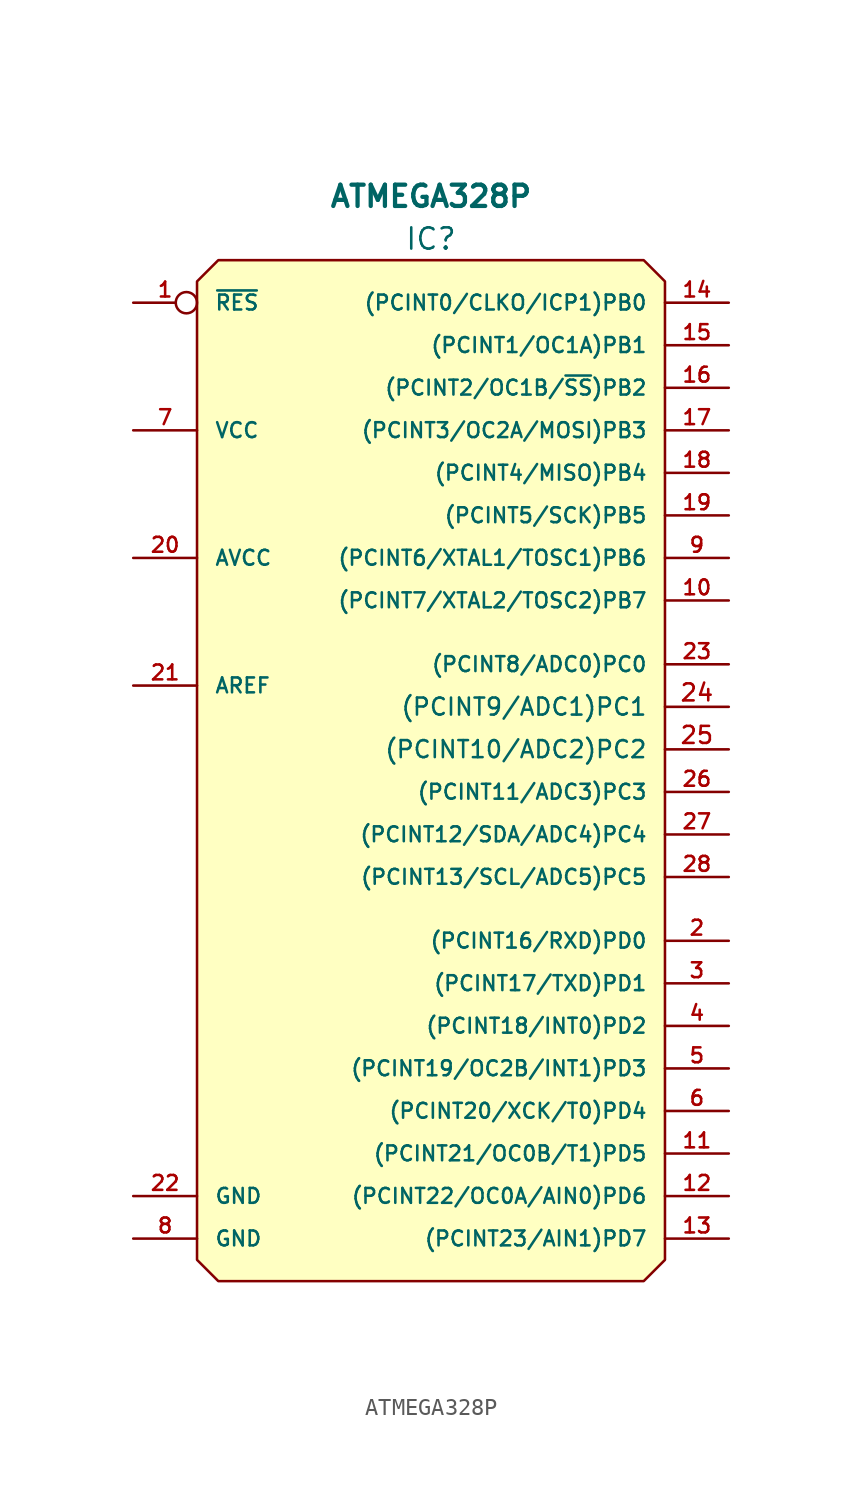
<source format=kicad_sym>
(kicad_symbol_lib
  (version 20231120)
  (generator "kicad_symbol_editor")
  (generator_version "8.0")
  (symbol "ATMEGA328P"
    (pin_names
      (offset 1.016))
    (property "Reference" "IC"
      (at 0 31.75 0)
      (effects (font (size 1.27 1.27))))
    (property "Value" "ATMEGA328P"
      (at 0 34.29 0)
      (effects (font (size 1.27 1.27) (bold yes))))
    (symbol "ATMEGA328P_0_1"
      (polyline (pts (xy -13.97 29.21) (xy -12.7 30.48) (xy 12.7 30.48) (xy 13.97 29.21) (xy 13.97 -29.21) (xy 12.7 -30.48) (xy -12.7 -30.48) (xy -13.97 -29.21) (xy -13.97 29.21)) (stroke (width 0) (type solid)) (fill (type background))))
    (symbol "ATMEGA328P_1_1"
      (pin bidirectional inverted (at -17.78 27.94 0) (length 3.81) (name "~{RES}" (effects (font (size 0.889 0.889)))) (number "1" (effects (font (size 0.889 0.889)))))
      (pin bidirectional line (at 17.78 10.16 180) (length 3.81) (name "(PCINT7/XTAL2/TOSC2)PB7" (effects (font (size 0.889 0.889)))) (number "10" (effects (font (size 0.889 0.889)))))
      (pin bidirectional line (at 17.78 -22.86 180) (length 3.81) (name "(PCINT21/OC0B/T1)PD5" (effects (font (size 0.889 0.889)))) (number "11" (effects (font (size 0.889 0.889)))))
      (pin bidirectional line (at 17.78 -25.4 180) (length 3.81) (name "(PCINT22/OC0A/AIN0)PD6" (effects (font (size 0.889 0.889)))) (number "12" (effects (font (size 0.889 0.889)))))
      (pin bidirectional line (at 17.78 -27.94 180) (length 3.81) (name "(PCINT23/AIN1)PD7" (effects (font (size 0.889 0.889)))) (number "13" (effects (font (size 0.889 0.889)))))
      (pin bidirectional line (at 17.78 27.94 180) (length 3.81) (name "(PCINT0/CLKO/ICP1)PB0" (effects (font (size 0.889 0.889)))) (number "14" (effects (font (size 0.889 0.889)))))
      (pin bidirectional line (at 17.78 25.4 180) (length 3.81) (name "(PCINT1/OC1A)PB1" (effects (font (size 0.889 0.889)))) (number "15" (effects (font (size 0.889 0.889)))))
      (pin bidirectional line (at 17.78 22.86 180) (length 3.81) (name "(PCINT2/OC1B/~{SS})PB2" (effects (font (size 0.889 0.889)))) (number "16" (effects (font (size 0.889 0.889)))))
      (pin bidirectional line (at 17.78 20.32 180) (length 3.81) (name "(PCINT3/OC2A/MOSI)PB3" (effects (font (size 0.889 0.889)))) (number "17" (effects (font (size 0.889 0.889)))))
      (pin bidirectional line (at 17.78 17.78 180) (length 3.81) (name "(PCINT4/MISO)PB4" (effects (font (size 0.889 0.889)))) (number "18" (effects (font (size 0.889 0.889)))))
      (pin bidirectional line (at 17.78 15.24 180) (length 3.81) (name "(PCINT5/SCK)PB5" (effects (font (size 0.889 0.889)))) (number "19" (effects (font (size 0.889 0.889)))))
      (pin bidirectional line (at 17.78 -10.16 180) (length 3.81) (name "(PCINT16/RXD)PD0" (effects (font (size 0.889 0.889)))) (number "2" (effects (font (size 0.889 0.889)))))
      (pin passive line (at -17.78 12.7 0) (length 3.81) (name "AVCC" (effects (font (size 0.889 0.889)))) (number "20" (effects (font (size 0.889 0.889)))))
      (pin passive line (at -17.78 5.08 0) (length 3.81) (name "AREF" (effects (font (size 0.889 0.889)))) (number "21" (effects (font (size 0.889 0.889)))))
      (pin power_in line (at -17.78 -25.4 0) (length 3.81) (name "GND" (effects (font (size 0.889 0.889)))) (number "22" (effects (font (size 0.889 0.889)))))
      (pin bidirectional line (at 17.78 6.35 180) (length 3.81) (name "(PCINT8/ADC0)PC0" (effects (font (size 0.889 0.889)))) (number "23" (effects (font (size 0.889 0.889)))))
      (pin bidirectional line (at 17.78 3.81 180) (length 3.81) (name "(PCINT9/ADC1)PC1" (effects (font (size 1.016 1.016)))) (number "24" (effects (font (size 1.016 1.016)))))
      (pin bidirectional line (at 17.78 1.27 180) (length 3.81) (name "(PCINT10/ADC2)PC2" (effects (font (size 1.016 1.016)))) (number "25" (effects (font (size 1.016 1.016)))))
      (pin bidirectional line (at 17.78 -1.27 180) (length 3.81) (name "(PCINT11/ADC3)PC3" (effects (font (size 0.889 0.889)))) (number "26" (effects (font (size 0.889 0.889)))))
      (pin bidirectional line (at 17.78 -3.81 180) (length 3.81) (name "(PCINT12/SDA/ADC4)PC4" (effects (font (size 0.889 0.889)))) (number "27" (effects (font (size 0.889 0.889)))))
      (pin bidirectional line (at 17.78 -6.35 180) (length 3.81) (name "(PCINT13/SCL/ADC5)PC5" (effects (font (size 0.889 0.889)))) (number "28" (effects (font (size 0.889 0.889)))))
      (pin bidirectional line (at 17.78 -12.7 180) (length 3.81) (name "(PCINT17/TXD)PD1" (effects (font (size 0.889 0.889)))) (number "3" (effects (font (size 0.889 0.889)))))
      (pin bidirectional line (at 17.78 -15.24 180) (length 3.81) (name "(PCINT18/INT0)PD2" (effects (font (size 0.889 0.889)))) (number "4" (effects (font (size 0.889 0.889)))))
      (pin bidirectional line (at 17.78 -17.78 180) (length 3.81) (name "(PCINT19/OC2B/INT1)PD3" (effects (font (size 0.889 0.889)))) (number "5" (effects (font (size 0.889 0.889)))))
      (pin bidirectional line (at 17.78 -20.32 180) (length 3.81) (name "(PCINT20/XCK/T0)PD4" (effects (font (size 0.889 0.889)))) (number "6" (effects (font (size 0.889 0.889)))))
      (pin power_in line (at -17.78 20.32 0) (length 3.81) (name "VCC" (effects (font (size 0.889 0.889)))) (number "7" (effects (font (size 0.889 0.889)))))
      (pin power_in line (at -17.78 -27.94 0) (length 3.81) (name "GND" (effects (font (size 0.889 0.889)))) (number "8" (effects (font (size 0.889 0.889)))))
      (pin bidirectional line (at 17.78 12.7 180) (length 3.81) (name "(PCINT6/XTAL1/TOSC1)PB6" (effects (font (size 0.889 0.889)))) (number "9" (effects (font (size 0.889 0.889))))))))
</source>
